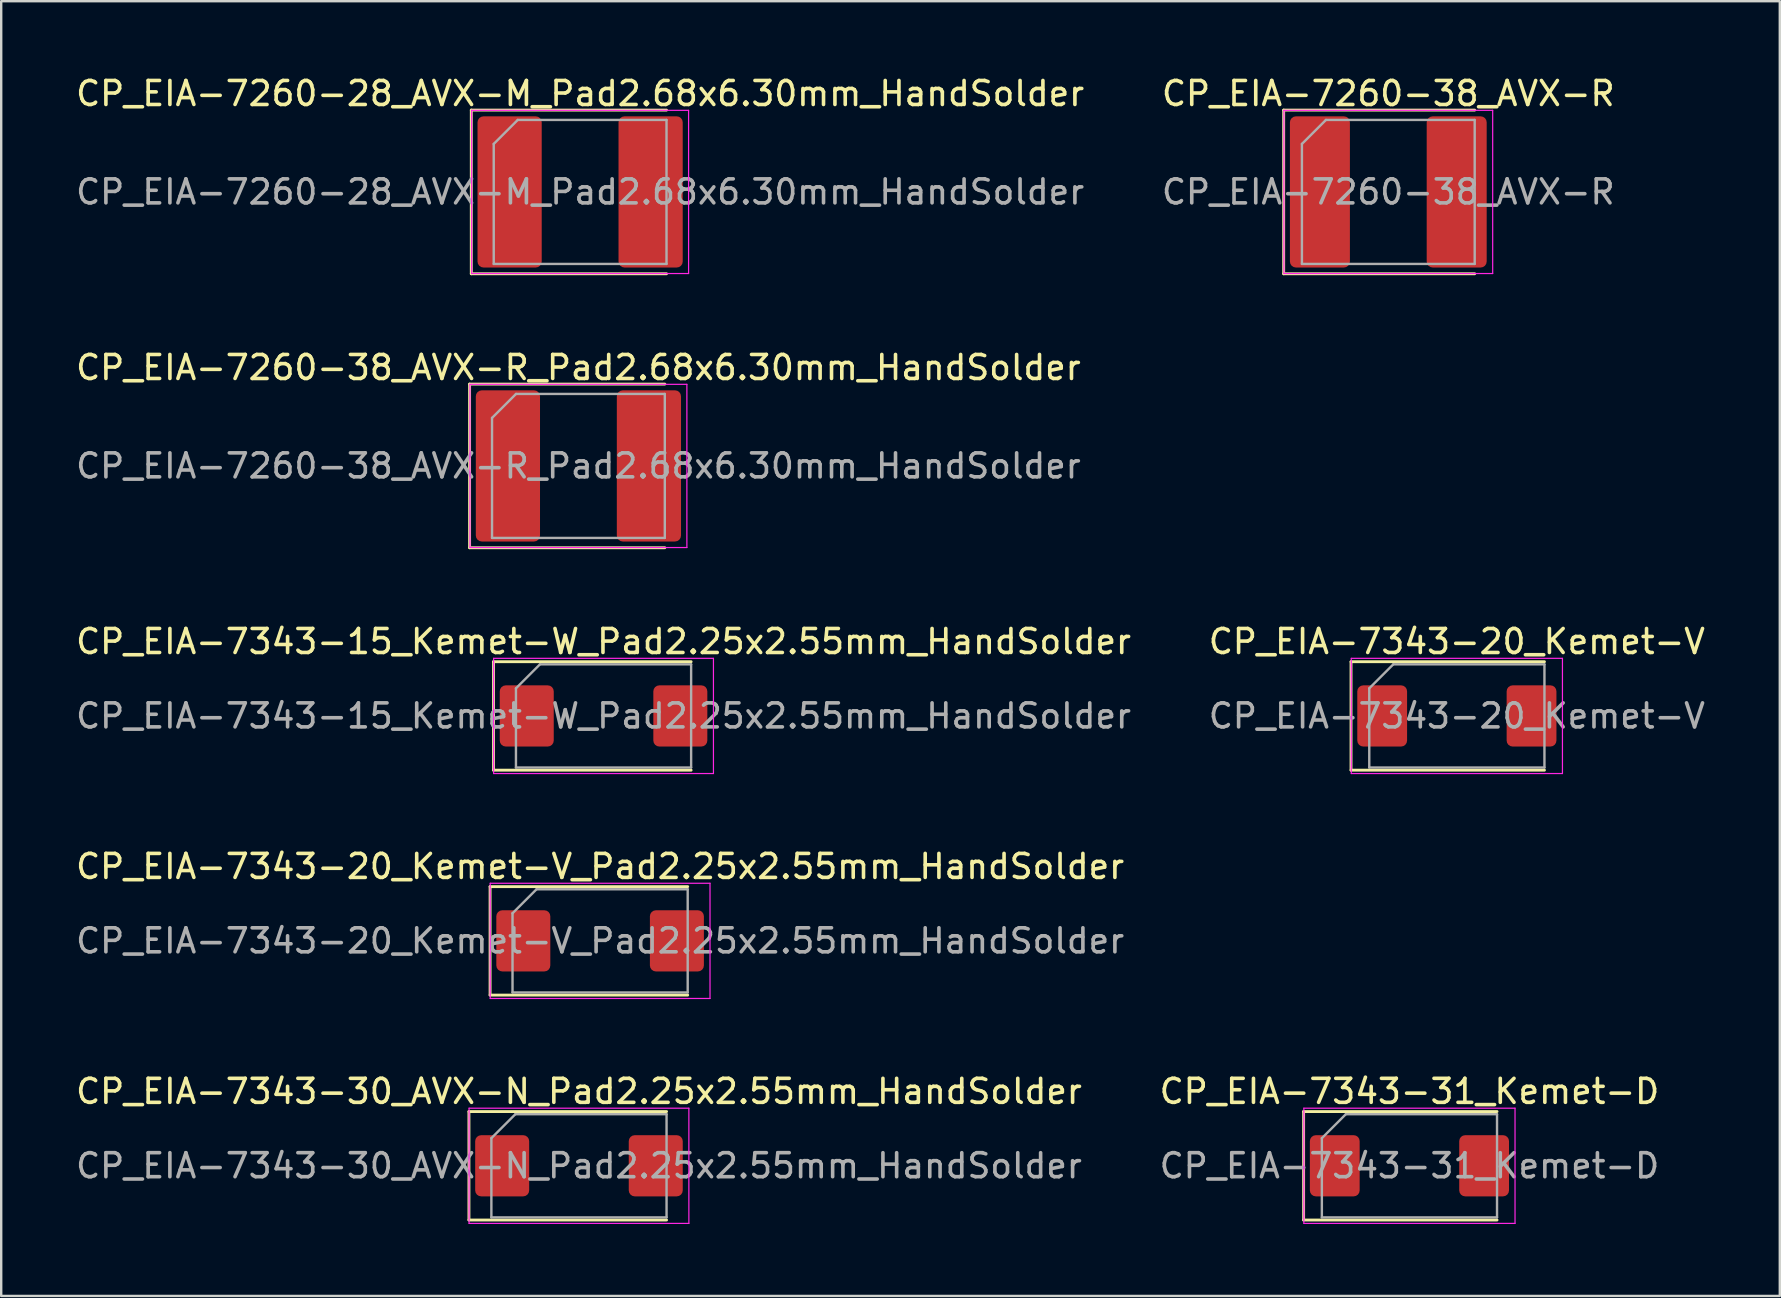
<source format=kicad_pcb>
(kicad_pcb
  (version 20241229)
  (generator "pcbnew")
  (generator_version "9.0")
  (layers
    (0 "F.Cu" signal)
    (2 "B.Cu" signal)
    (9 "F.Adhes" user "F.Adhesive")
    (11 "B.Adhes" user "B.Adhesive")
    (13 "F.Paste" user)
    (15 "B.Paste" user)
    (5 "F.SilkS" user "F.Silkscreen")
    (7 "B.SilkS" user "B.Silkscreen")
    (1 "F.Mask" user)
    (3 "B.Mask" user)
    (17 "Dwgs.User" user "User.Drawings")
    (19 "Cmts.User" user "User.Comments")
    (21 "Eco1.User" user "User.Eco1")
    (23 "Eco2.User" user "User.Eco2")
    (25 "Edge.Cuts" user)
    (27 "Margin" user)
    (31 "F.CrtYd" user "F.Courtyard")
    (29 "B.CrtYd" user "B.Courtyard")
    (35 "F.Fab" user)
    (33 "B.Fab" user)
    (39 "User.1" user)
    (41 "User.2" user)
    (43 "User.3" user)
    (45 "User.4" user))
  (footprint "CP_EIA-7343-31_Kemet-D"
    (layer "F.Cu")
    (at 55.685 45.531)
    (property "Reference" "CP_EIA-7343-31_Kemet-D" (at 0 -3.1 0) (layer "F.SilkS") (effects (font (size 1 1) (thickness 0.15))))
    (attr smd)
    (fp_line (start -4.41 -2.26) (end -4.41 2.26) (stroke (width 0.12) (type solid)) (layer "F.SilkS"))
    (fp_line (start -4.41 2.26) (end 3.65 2.26) (stroke (width 0.12) (type solid)) (layer "F.SilkS"))
    (fp_line (start 3.65 -2.26) (end -4.41 -2.26) (stroke (width 0.12) (type solid)) (layer "F.SilkS"))
    (fp_line (start -4.4 -2.4) (end 4.4 -2.4) (stroke (width 0.05) (type solid)) (layer "F.CrtYd"))
    (fp_line (start -4.4 2.4) (end -4.4 -2.4) (stroke (width 0.05) (type solid)) (layer "F.CrtYd"))
    (fp_line (start 4.4 -2.4) (end 4.4 2.4) (stroke (width 0.05) (type solid)) (layer "F.CrtYd"))
    (fp_line (start 4.4 2.4) (end -4.4 2.4) (stroke (width 0.05) (type solid)) (layer "F.CrtYd"))
    (fp_line (start -3.65 -1.15) (end -3.65 2.15) (stroke (width 0.1) (type solid)) (layer "F.Fab"))
    (fp_line (start -3.65 2.15) (end 3.65 2.15) (stroke (width 0.1) (type solid)) (layer "F.Fab"))
    (fp_line (start -2.65 -2.15) (end -3.65 -1.15) (stroke (width 0.1) (type solid)) (layer "F.Fab"))
    (fp_line (start 3.65 -2.15) (end -2.65 -2.15) (stroke (width 0.1) (type solid)) (layer "F.Fab"))
    (fp_line (start 3.65 2.15) (end 3.65 -2.15) (stroke (width 0.1) (type solid)) (layer "F.Fab"))
    (fp_text user "${REFERENCE}" (at 0 0 0) (layer "F.Fab") (effects (font (size 1 1) (thickness 0.15))))
    (pad "1" smd roundrect (at -3.112 0) (size 2.075 2.55) (layers "F.Cu" "F.Mask" "F.Paste") (roundrect_rratio 0.12))
    (pad "2" smd roundrect (at 3.112 0) (size 2.075 2.55) (layers "F.Cu" "F.Mask" "F.Paste") (roundrect_rratio 0.12)))
  (footprint "CP_EIA-7343-15_Kemet-W_Pad2.25x2.55mm_HandSolder"
    (layer "F.Cu")
    (at 22.101 26.785)
    (property "Reference" "CP_EIA-7343-15_Kemet-W_Pad2.25x2.55mm_HandSolder" (at 0 -3.1 0) (layer "F.SilkS") (effects (font (size 1 1) (thickness 0.15))))
    (attr smd)
    (fp_line (start -4.585 -2.26) (end -4.585 2.26) (stroke (width 0.12) (type solid)) (layer "F.SilkS"))
    (fp_line (start -4.585 2.26) (end 3.65 2.26) (stroke (width 0.12) (type solid)) (layer "F.SilkS"))
    (fp_line (start 3.65 -2.26) (end -4.585 -2.26) (stroke (width 0.12) (type solid)) (layer "F.SilkS"))
    (fp_line (start -4.58 -2.4) (end 4.58 -2.4) (stroke (width 0.05) (type solid)) (layer "F.CrtYd"))
    (fp_line (start -4.58 2.4) (end -4.58 -2.4) (stroke (width 0.05) (type solid)) (layer "F.CrtYd"))
    (fp_line (start 4.58 -2.4) (end 4.58 2.4) (stroke (width 0.05) (type solid)) (layer "F.CrtYd"))
    (fp_line (start 4.58 2.4) (end -4.58 2.4) (stroke (width 0.05) (type solid)) (layer "F.CrtYd"))
    (fp_line (start -3.65 -1.15) (end -3.65 2.15) (stroke (width 0.1) (type solid)) (layer "F.Fab"))
    (fp_line (start -3.65 2.15) (end 3.65 2.15) (stroke (width 0.1) (type solid)) (layer "F.Fab"))
    (fp_line (start -2.65 -2.15) (end -3.65 -1.15) (stroke (width 0.1) (type solid)) (layer "F.Fab"))
    (fp_line (start 3.65 -2.15) (end -2.65 -2.15) (stroke (width 0.1) (type solid)) (layer "F.Fab"))
    (fp_line (start 3.65 2.15) (end 3.65 -2.15) (stroke (width 0.1) (type solid)) (layer "F.Fab"))
    (fp_text user "${REFERENCE}" (at 0 0 0) (layer "F.Fab") (effects (font (size 1 1) (thickness 0.15))))
    (pad "1" smd roundrect (at -3.2 0) (size 2.25 2.55) (layers "F.Cu" "F.Mask" "F.Paste") (roundrect_rratio 0.111))
    (pad "2" smd roundrect (at 3.2 0) (size 2.25 2.55) (layers "F.Cu" "F.Mask" "F.Paste") (roundrect_rratio 0.111)))
  (footprint "CP_EIA-7343-20_Kemet-V"
    (layer "F.Cu")
    (at 57.661 26.785)
    (property "Reference" "CP_EIA-7343-20_Kemet-V" (at 0 -3.1 0) (layer "F.SilkS") (effects (font (size 1 1) (thickness 0.15))))
    (attr smd)
    (fp_line (start -4.41 -2.26) (end -4.41 2.26) (stroke (width 0.12) (type solid)) (layer "F.SilkS"))
    (fp_line (start -4.41 2.26) (end 3.65 2.26) (stroke (width 0.12) (type solid)) (layer "F.SilkS"))
    (fp_line (start 3.65 -2.26) (end -4.41 -2.26) (stroke (width 0.12) (type solid)) (layer "F.SilkS"))
    (fp_line (start -4.4 -2.4) (end 4.4 -2.4) (stroke (width 0.05) (type solid)) (layer "F.CrtYd"))
    (fp_line (start -4.4 2.4) (end -4.4 -2.4) (stroke (width 0.05) (type solid)) (layer "F.CrtYd"))
    (fp_line (start 4.4 -2.4) (end 4.4 2.4) (stroke (width 0.05) (type solid)) (layer "F.CrtYd"))
    (fp_line (start 4.4 2.4) (end -4.4 2.4) (stroke (width 0.05) (type solid)) (layer "F.CrtYd"))
    (fp_line (start -3.65 -1.15) (end -3.65 2.15) (stroke (width 0.1) (type solid)) (layer "F.Fab"))
    (fp_line (start -3.65 2.15) (end 3.65 2.15) (stroke (width 0.1) (type solid)) (layer "F.Fab"))
    (fp_line (start -2.65 -2.15) (end -3.65 -1.15) (stroke (width 0.1) (type solid)) (layer "F.Fab"))
    (fp_line (start 3.65 -2.15) (end -2.65 -2.15) (stroke (width 0.1) (type solid)) (layer "F.Fab"))
    (fp_line (start 3.65 2.15) (end 3.65 -2.15) (stroke (width 0.1) (type solid)) (layer "F.Fab"))
    (fp_text user "${REFERENCE}" (at 0 0 0) (layer "F.Fab") (effects (font (size 1 1) (thickness 0.15))))
    (pad "1" smd roundrect (at -3.112 0) (size 2.075 2.55) (layers "F.Cu" "F.Mask" "F.Paste") (roundrect_rratio 0.12))
    (pad "2" smd roundrect (at 3.112 0) (size 2.075 2.55) (layers "F.Cu" "F.Mask" "F.Paste") (roundrect_rratio 0.12)))
  (footprint "CP_EIA-7260-38_AVX-R_Pad2.68x6.30mm_HandSolder"
    (layer "F.Cu")
    (at 21.054 16.366)
    (property "Reference" "CP_EIA-7260-38_AVX-R_Pad2.68x6.30mm_HandSolder" (at 0 -4.1 0) (layer "F.SilkS") (effects (font (size 1 1) (thickness 0.15))))
    (attr smd)
    (fp_line (start -4.535 -3.41) (end -4.535 3.41) (stroke (width 0.12) (type solid)) (layer "F.SilkS"))
    (fp_line (start -4.535 3.41) (end 3.6 3.41) (stroke (width 0.12) (type solid)) (layer "F.SilkS"))
    (fp_line (start 3.6 -3.41) (end -4.535 -3.41) (stroke (width 0.12) (type solid)) (layer "F.SilkS"))
    (fp_line (start -4.52 -3.4) (end 4.52 -3.4) (stroke (width 0.05) (type solid)) (layer "F.CrtYd"))
    (fp_line (start -4.52 3.4) (end -4.52 -3.4) (stroke (width 0.05) (type solid)) (layer "F.CrtYd"))
    (fp_line (start 4.52 -3.4) (end 4.52 3.4) (stroke (width 0.05) (type solid)) (layer "F.CrtYd"))
    (fp_line (start 4.52 3.4) (end -4.52 3.4) (stroke (width 0.05) (type solid)) (layer "F.CrtYd"))
    (fp_line (start -3.6 -2) (end -3.6 3) (stroke (width 0.1) (type solid)) (layer "F.Fab"))
    (fp_line (start -3.6 3) (end 3.6 3) (stroke (width 0.1) (type solid)) (layer "F.Fab"))
    (fp_line (start -2.6 -3) (end -3.6 -2) (stroke (width 0.1) (type solid)) (layer "F.Fab"))
    (fp_line (start 3.6 -3) (end -2.6 -3) (stroke (width 0.1) (type solid)) (layer "F.Fab"))
    (fp_line (start 3.6 3) (end 3.6 -3) (stroke (width 0.1) (type solid)) (layer "F.Fab"))
    (fp_text user "${REFERENCE}" (at 0 0 0) (layer "F.Fab") (effects (font (size 1 1) (thickness 0.15))))
    (pad "1" smd roundrect (at -2.938 0) (size 2.675 6.3) (layers "F.Cu" "F.Mask" "F.Paste") (roundrect_rratio 0.093))
    (pad "2" smd roundrect (at 2.938 0) (size 2.675 6.3) (layers "F.Cu" "F.Mask" "F.Paste") (roundrect_rratio 0.093)))
  (footprint "CP_EIA-7343-20_Kemet-V_Pad2.25x2.55mm_HandSolder"
    (layer "F.Cu")
    (at 21.958 36.158)
    (property "Reference" "CP_EIA-7343-20_Kemet-V_Pad2.25x2.55mm_HandSolder" (at 0 -3.1 0) (layer "F.SilkS") (effects (font (size 1 1) (thickness 0.15))))
    (attr smd)
    (fp_line (start -4.585 -2.26) (end -4.585 2.26) (stroke (width 0.12) (type solid)) (layer "F.SilkS"))
    (fp_line (start -4.585 2.26) (end 3.65 2.26) (stroke (width 0.12) (type solid)) (layer "F.SilkS"))
    (fp_line (start 3.65 -2.26) (end -4.585 -2.26) (stroke (width 0.12) (type solid)) (layer "F.SilkS"))
    (fp_line (start -4.58 -2.4) (end 4.58 -2.4) (stroke (width 0.05) (type solid)) (layer "F.CrtYd"))
    (fp_line (start -4.58 2.4) (end -4.58 -2.4) (stroke (width 0.05) (type solid)) (layer "F.CrtYd"))
    (fp_line (start 4.58 -2.4) (end 4.58 2.4) (stroke (width 0.05) (type solid)) (layer "F.CrtYd"))
    (fp_line (start 4.58 2.4) (end -4.58 2.4) (stroke (width 0.05) (type solid)) (layer "F.CrtYd"))
    (fp_line (start -3.65 -1.15) (end -3.65 2.15) (stroke (width 0.1) (type solid)) (layer "F.Fab"))
    (fp_line (start -3.65 2.15) (end 3.65 2.15) (stroke (width 0.1) (type solid)) (layer "F.Fab"))
    (fp_line (start -2.65 -2.15) (end -3.65 -1.15) (stroke (width 0.1) (type solid)) (layer "F.Fab"))
    (fp_line (start 3.65 -2.15) (end -2.65 -2.15) (stroke (width 0.1) (type solid)) (layer "F.Fab"))
    (fp_line (start 3.65 2.15) (end 3.65 -2.15) (stroke (width 0.1) (type solid)) (layer "F.Fab"))
    (fp_text user "${REFERENCE}" (at 0 0 0) (layer "F.Fab") (effects (font (size 1 1) (thickness 0.15))))
    (pad "1" smd roundrect (at -3.2 0) (size 2.25 2.55) (layers "F.Cu" "F.Mask" "F.Paste") (roundrect_rratio 0.111))
    (pad "2" smd roundrect (at 3.2 0) (size 2.25 2.55) (layers "F.Cu" "F.Mask" "F.Paste") (roundrect_rratio 0.111)))
  (footprint "CP_EIA-7260-38_AVX-R"
    (layer "F.Cu")
    (at 54.804 4.948)
    (property "Reference" "CP_EIA-7260-38_AVX-R" (at 0 -4.1 0) (layer "F.SilkS") (effects (font (size 1 1) (thickness 0.15))))
    (attr smd)
    (fp_line (start -4.36 -3.41) (end -4.36 3.41) (stroke (width 0.12) (type solid)) (layer "F.SilkS"))
    (fp_line (start -4.36 3.41) (end 3.6 3.41) (stroke (width 0.12) (type solid)) (layer "F.SilkS"))
    (fp_line (start 3.6 -3.41) (end -4.36 -3.41) (stroke (width 0.12) (type solid)) (layer "F.SilkS"))
    (fp_line (start -4.35 -3.4) (end 4.35 -3.4) (stroke (width 0.05) (type solid)) (layer "F.CrtYd"))
    (fp_line (start -4.35 3.4) (end -4.35 -3.4) (stroke (width 0.05) (type solid)) (layer "F.CrtYd"))
    (fp_line (start 4.35 -3.4) (end 4.35 3.4) (stroke (width 0.05) (type solid)) (layer "F.CrtYd"))
    (fp_line (start 4.35 3.4) (end -4.35 3.4) (stroke (width 0.05) (type solid)) (layer "F.CrtYd"))
    (fp_line (start -3.6 -2) (end -3.6 3) (stroke (width 0.1) (type solid)) (layer "F.Fab"))
    (fp_line (start -3.6 3) (end 3.6 3) (stroke (width 0.1) (type solid)) (layer "F.Fab"))
    (fp_line (start -2.6 -3) (end -3.6 -2) (stroke (width 0.1) (type solid)) (layer "F.Fab"))
    (fp_line (start 3.6 -3) (end -2.6 -3) (stroke (width 0.1) (type solid)) (layer "F.Fab"))
    (fp_line (start 3.6 3) (end 3.6 -3) (stroke (width 0.1) (type solid)) (layer "F.Fab"))
    (fp_text user "${REFERENCE}" (at 0 0 0) (layer "F.Fab") (effects (font (size 1 1) (thickness 0.15))))
    (pad "1" smd roundrect (at -2.85 0) (size 2.5 6.3) (layers "F.Cu" "F.Mask" "F.Paste") (roundrect_rratio 0.1))
    (pad "2" smd roundrect (at 2.85 0) (size 2.5 6.3) (layers "F.Cu" "F.Mask" "F.Paste") (roundrect_rratio 0.1)))
  (footprint "CP_EIA-7343-30_AVX-N_Pad2.25x2.55mm_HandSolder"
    (layer "F.Cu")
    (at 21.077 45.531)
    (property "Reference" "CP_EIA-7343-30_AVX-N_Pad2.25x2.55mm_HandSolder" (at 0 -3.1 0) (layer "F.SilkS") (effects (font (size 1 1) (thickness 0.15))))
    (attr smd)
    (fp_line (start -4.585 -2.26) (end -4.585 2.26) (stroke (width 0.12) (type solid)) (layer "F.SilkS"))
    (fp_line (start -4.585 2.26) (end 3.65 2.26) (stroke (width 0.12) (type solid)) (layer "F.SilkS"))
    (fp_line (start 3.65 -2.26) (end -4.585 -2.26) (stroke (width 0.12) (type solid)) (layer "F.SilkS"))
    (fp_line (start -4.58 -2.4) (end 4.58 -2.4) (stroke (width 0.05) (type solid)) (layer "F.CrtYd"))
    (fp_line (start -4.58 2.4) (end -4.58 -2.4) (stroke (width 0.05) (type solid)) (layer "F.CrtYd"))
    (fp_line (start 4.58 -2.4) (end 4.58 2.4) (stroke (width 0.05) (type solid)) (layer "F.CrtYd"))
    (fp_line (start 4.58 2.4) (end -4.58 2.4) (stroke (width 0.05) (type solid)) (layer "F.CrtYd"))
    (fp_line (start -3.65 -1.15) (end -3.65 2.15) (stroke (width 0.1) (type solid)) (layer "F.Fab"))
    (fp_line (start -3.65 2.15) (end 3.65 2.15) (stroke (width 0.1) (type solid)) (layer "F.Fab"))
    (fp_line (start -2.65 -2.15) (end -3.65 -1.15) (stroke (width 0.1) (type solid)) (layer "F.Fab"))
    (fp_line (start 3.65 -2.15) (end -2.65 -2.15) (stroke (width 0.1) (type solid)) (layer "F.Fab"))
    (fp_line (start 3.65 2.15) (end 3.65 -2.15) (stroke (width 0.1) (type solid)) (layer "F.Fab"))
    (fp_text user "${REFERENCE}" (at 0 0 0) (layer "F.Fab") (effects (font (size 1 1) (thickness 0.15))))
    (pad "1" smd roundrect (at -3.2 0) (size 2.25 2.55) (layers "F.Cu" "F.Mask" "F.Paste") (roundrect_rratio 0.111))
    (pad "2" smd roundrect (at 3.2 0) (size 2.25 2.55) (layers "F.Cu" "F.Mask" "F.Paste") (roundrect_rratio 0.111)))
  (footprint "CP_EIA-7260-28_AVX-M_Pad2.68x6.30mm_HandSolder"
    (layer "F.Cu")
    (at 21.125 4.948)
    (property "Reference" "CP_EIA-7260-28_AVX-M_Pad2.68x6.30mm_HandSolder" (at 0 -4.1 0) (layer "F.SilkS") (effects (font (size 1 1) (thickness 0.15))))
    (attr smd)
    (fp_line (start -4.535 -3.41) (end -4.535 3.41) (stroke (width 0.12) (type solid)) (layer "F.SilkS"))
    (fp_line (start -4.535 3.41) (end 3.6 3.41) (stroke (width 0.12) (type solid)) (layer "F.SilkS"))
    (fp_line (start 3.6 -3.41) (end -4.535 -3.41) (stroke (width 0.12) (type solid)) (layer "F.SilkS"))
    (fp_line (start -4.52 -3.4) (end 4.52 -3.4) (stroke (width 0.05) (type solid)) (layer "F.CrtYd"))
    (fp_line (start -4.52 3.4) (end -4.52 -3.4) (stroke (width 0.05) (type solid)) (layer "F.CrtYd"))
    (fp_line (start 4.52 -3.4) (end 4.52 3.4) (stroke (width 0.05) (type solid)) (layer "F.CrtYd"))
    (fp_line (start 4.52 3.4) (end -4.52 3.4) (stroke (width 0.05) (type solid)) (layer "F.CrtYd"))
    (fp_line (start -3.6 -2) (end -3.6 3) (stroke (width 0.1) (type solid)) (layer "F.Fab"))
    (fp_line (start -3.6 3) (end 3.6 3) (stroke (width 0.1) (type solid)) (layer "F.Fab"))
    (fp_line (start -2.6 -3) (end -3.6 -2) (stroke (width 0.1) (type solid)) (layer "F.Fab"))
    (fp_line (start 3.6 -3) (end -2.6 -3) (stroke (width 0.1) (type solid)) (layer "F.Fab"))
    (fp_line (start 3.6 3) (end 3.6 -3) (stroke (width 0.1) (type solid)) (layer "F.Fab"))
    (fp_text user "${REFERENCE}" (at 0 0 0) (layer "F.Fab") (effects (font (size 1 1) (thickness 0.15))))
    (pad "1" smd roundrect (at -2.938 0) (size 2.675 6.3) (layers "F.Cu" "F.Mask" "F.Paste") (roundrect_rratio 0.093))
    (pad "2" smd roundrect (at 2.938 0) (size 2.675 6.3) (layers "F.Cu" "F.Mask" "F.Paste") (roundrect_rratio 0.093)))
  (gr_rect
    (start -3 -3)
    (end 71.119 50.956)
    (stroke (width 0.1) (type default))
    (fill no)
    (layer "Edge.Cuts")))
</source>
